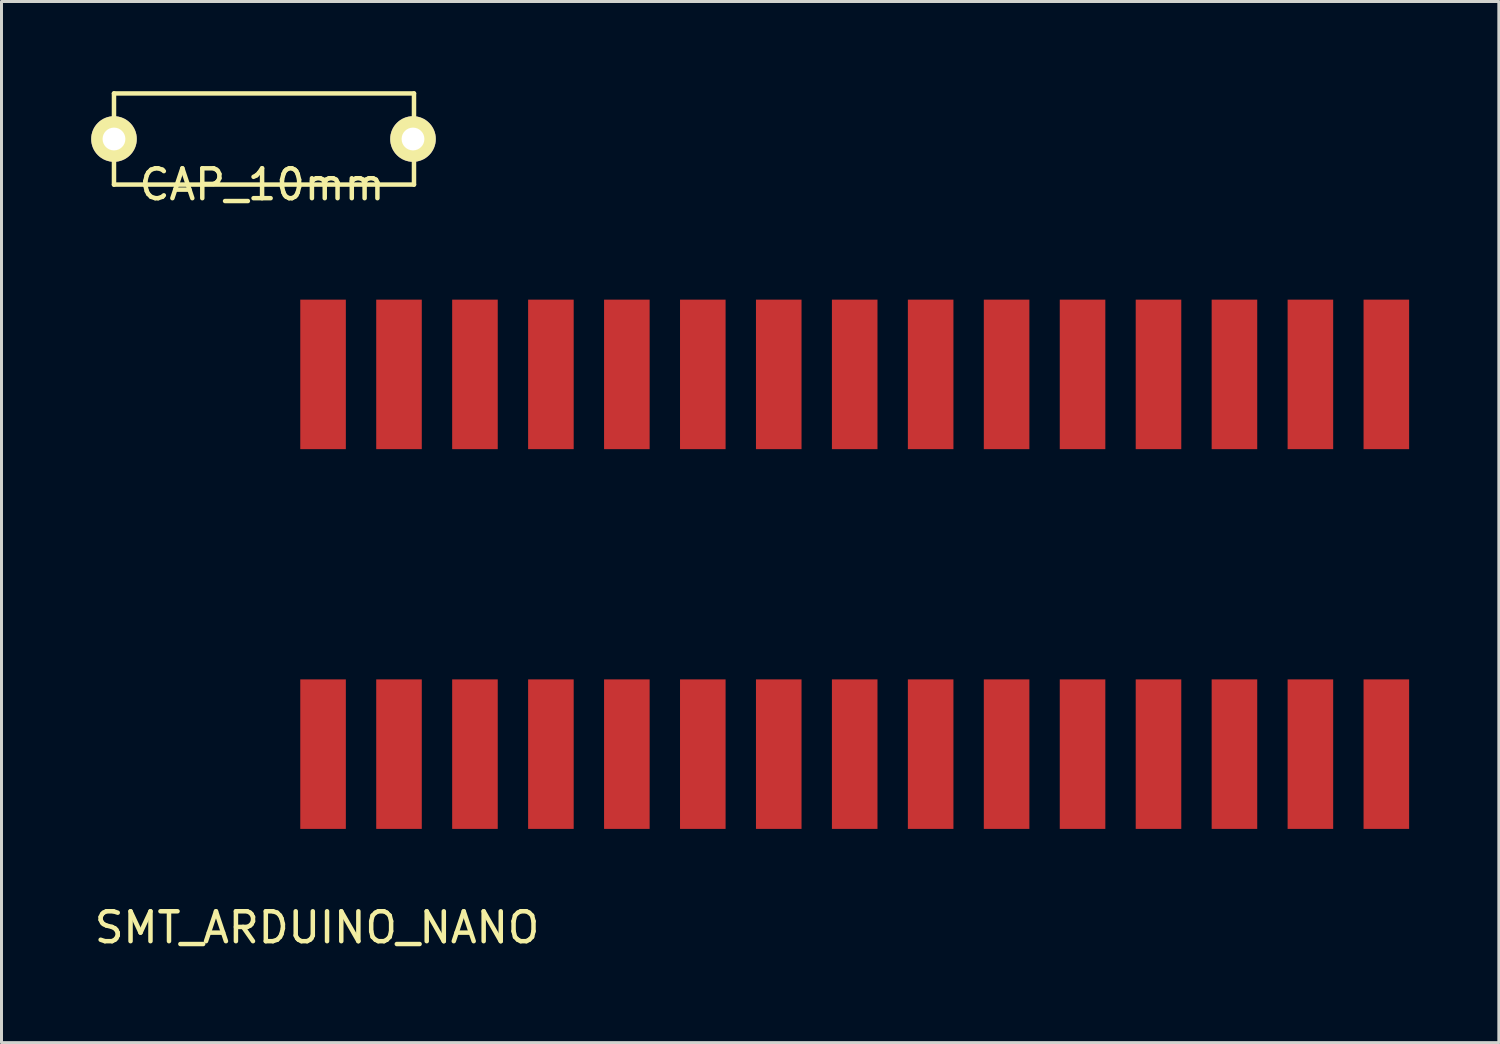
<source format=kicad_pcb>
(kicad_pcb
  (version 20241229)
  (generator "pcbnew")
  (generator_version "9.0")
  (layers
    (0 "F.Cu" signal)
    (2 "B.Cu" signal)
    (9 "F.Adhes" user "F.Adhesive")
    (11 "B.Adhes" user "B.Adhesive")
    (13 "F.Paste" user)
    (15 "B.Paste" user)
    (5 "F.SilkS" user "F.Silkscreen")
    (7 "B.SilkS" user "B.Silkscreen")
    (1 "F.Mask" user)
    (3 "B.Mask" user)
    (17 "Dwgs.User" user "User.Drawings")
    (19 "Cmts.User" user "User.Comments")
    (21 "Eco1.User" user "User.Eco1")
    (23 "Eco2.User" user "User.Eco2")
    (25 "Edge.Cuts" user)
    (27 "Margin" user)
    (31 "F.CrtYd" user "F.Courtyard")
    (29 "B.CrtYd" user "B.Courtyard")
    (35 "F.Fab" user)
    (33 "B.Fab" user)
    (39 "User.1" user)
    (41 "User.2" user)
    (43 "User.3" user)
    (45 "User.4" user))
  (footprint "CAP_10mm"
    (layer "F.Cu")
    (at 0.762 1.599)
    (property "Reference" "CAP_10mm" (at 4.953 1.524 0) (layer "F.SilkS") (effects (font (size 1 1) (thickness 0.15))))
    (attr through_hole)
    (fp_line (start 0 -1.524) (end 10.033 -1.524) (stroke (width 0.15) (type solid)) (layer "F.SilkS"))
    (fp_line (start 0 1.524) (end 0 -1.524) (stroke (width 0.15) (type solid)) (layer "F.SilkS"))
    (fp_line (start 10.033 -1.524) (end 10.033 1.524) (stroke (width 0.15) (type solid)) (layer "F.SilkS"))
    (fp_line (start 10.033 1.524) (end 0 1.524) (stroke (width 0.15) (type solid)) (layer "F.SilkS"))
    (pad "1" thru_hole circle (at 0 0) (size 1.524 1.524) (drill 0.762) (layers "*.Cu" "*.Mask" "F.SilkS"))
    (pad "2" thru_hole circle (at 10 0) (size 1.524 1.524) (drill 0.762) (layers "*.Cu" "*.Mask" "F.SilkS")))
  (footprint "SMT_ARDUINO_NANO"
    (layer "F.Cu")
    (at 7.754 22.171)
    (property "Reference" "SMT_ARDUINO_NANO" (at -0.2 5.8 0) (layer "F.SilkS") (effects (font (size 1 1) (thickness 0.15))))
    (attr through_hole)
    (pad "1" smd rect (at 0 0) (size 1.524 5) (layers "F.Cu" "F.Mask" "F.Paste"))
    (pad "2" smd rect (at 2.54 0) (size 1.524 5) (layers "F.Cu" "F.Mask" "F.Paste"))
    (pad "3" smd rect (at 5.08 0) (size 1.524 5) (layers "F.Cu" "F.Mask" "F.Paste"))
    (pad "4" smd rect (at 7.62 0) (size 1.524 5) (layers "F.Cu" "F.Mask" "F.Paste"))
    (pad "5" smd rect (at 10.16 0) (size 1.524 5) (layers "F.Cu" "F.Mask" "F.Paste"))
    (pad "6" smd rect (at 12.7 0) (size 1.524 5) (layers "F.Cu" "F.Mask" "F.Paste"))
    (pad "7" smd rect (at 15.24 0) (size 1.524 5) (layers "F.Cu" "F.Mask" "F.Paste"))
    (pad "8" smd rect (at 17.78 0) (size 1.524 5) (layers "F.Cu" "F.Mask" "F.Paste"))
    (pad "9" smd rect (at 20.32 0) (size 1.524 5) (layers "F.Cu" "F.Mask" "F.Paste"))
    (pad "10" smd rect (at 22.86 0) (size 1.524 5) (layers "F.Cu" "F.Mask" "F.Paste"))
    (pad "11" smd rect (at 25.4 0) (size 1.524 5) (layers "F.Cu" "F.Mask" "F.Paste"))
    (pad "12" smd rect (at 27.94 0) (size 1.524 5) (layers "F.Cu" "F.Mask" "F.Paste"))
    (pad "13" smd rect (at 30.48 0) (size 1.524 5) (layers "F.Cu" "F.Mask" "F.Paste"))
    (pad "14" smd rect (at 33.02 0) (size 1.524 5) (layers "F.Cu" "F.Mask" "F.Paste"))
    (pad "15" smd rect (at 35.56 0) (size 1.524 5) (layers "F.Cu" "F.Mask" "F.Paste"))
    (pad "16" smd rect (at 35.56 -12.7) (size 1.524 5) (layers "F.Cu" "F.Mask" "F.Paste"))
    (pad "17" smd rect (at 33.02 -12.7) (size 1.524 5) (layers "F.Cu" "F.Mask" "F.Paste"))
    (pad "18" smd rect (at 30.48 -12.7) (size 1.524 5) (layers "F.Cu" "F.Mask" "F.Paste"))
    (pad "19" smd rect (at 27.94 -12.7) (size 1.524 5) (layers "F.Cu" "F.Mask" "F.Paste"))
    (pad "20" smd rect (at 25.4 -12.7) (size 1.524 5) (layers "F.Cu" "F.Mask" "F.Paste"))
    (pad "21" smd rect (at 22.86 -12.7) (size 1.524 5) (layers "F.Cu" "F.Mask" "F.Paste"))
    (pad "22" smd rect (at 20.32 -12.7) (size 1.524 5) (layers "F.Cu" "F.Mask" "F.Paste"))
    (pad "23" smd rect (at 17.78 -12.7) (size 1.524 5) (layers "F.Cu" "F.Mask" "F.Paste"))
    (pad "24" smd rect (at 15.24 -12.7) (size 1.524 5) (layers "F.Cu" "F.Mask" "F.Paste"))
    (pad "25" smd rect (at 12.7 -12.7) (size 1.524 5) (layers "F.Cu" "F.Mask" "F.Paste"))
    (pad "26" smd rect (at 10.16 -12.7) (size 1.524 5) (layers "F.Cu" "F.Mask" "F.Paste"))
    (pad "27" smd rect (at 7.62 -12.7) (size 1.524 5) (layers "F.Cu" "F.Mask" "F.Paste"))
    (pad "28" smd rect (at 5.08 -12.7) (size 1.524 5) (layers "F.Cu" "F.Mask" "F.Paste"))
    (pad "29" smd rect (at 2.54 -12.7) (size 1.524 5) (layers "F.Cu" "F.Mask" "F.Paste"))
    (pad "30" smd rect (at 0 -12.7) (size 1.524 5) (layers "F.Cu" "F.Mask")))
  (gr_rect
    (start -3 -3)
    (end 47.076 31.82)
    (stroke (width 0.1) (type default))
    (fill no)
    (layer "Edge.Cuts")))
</source>
